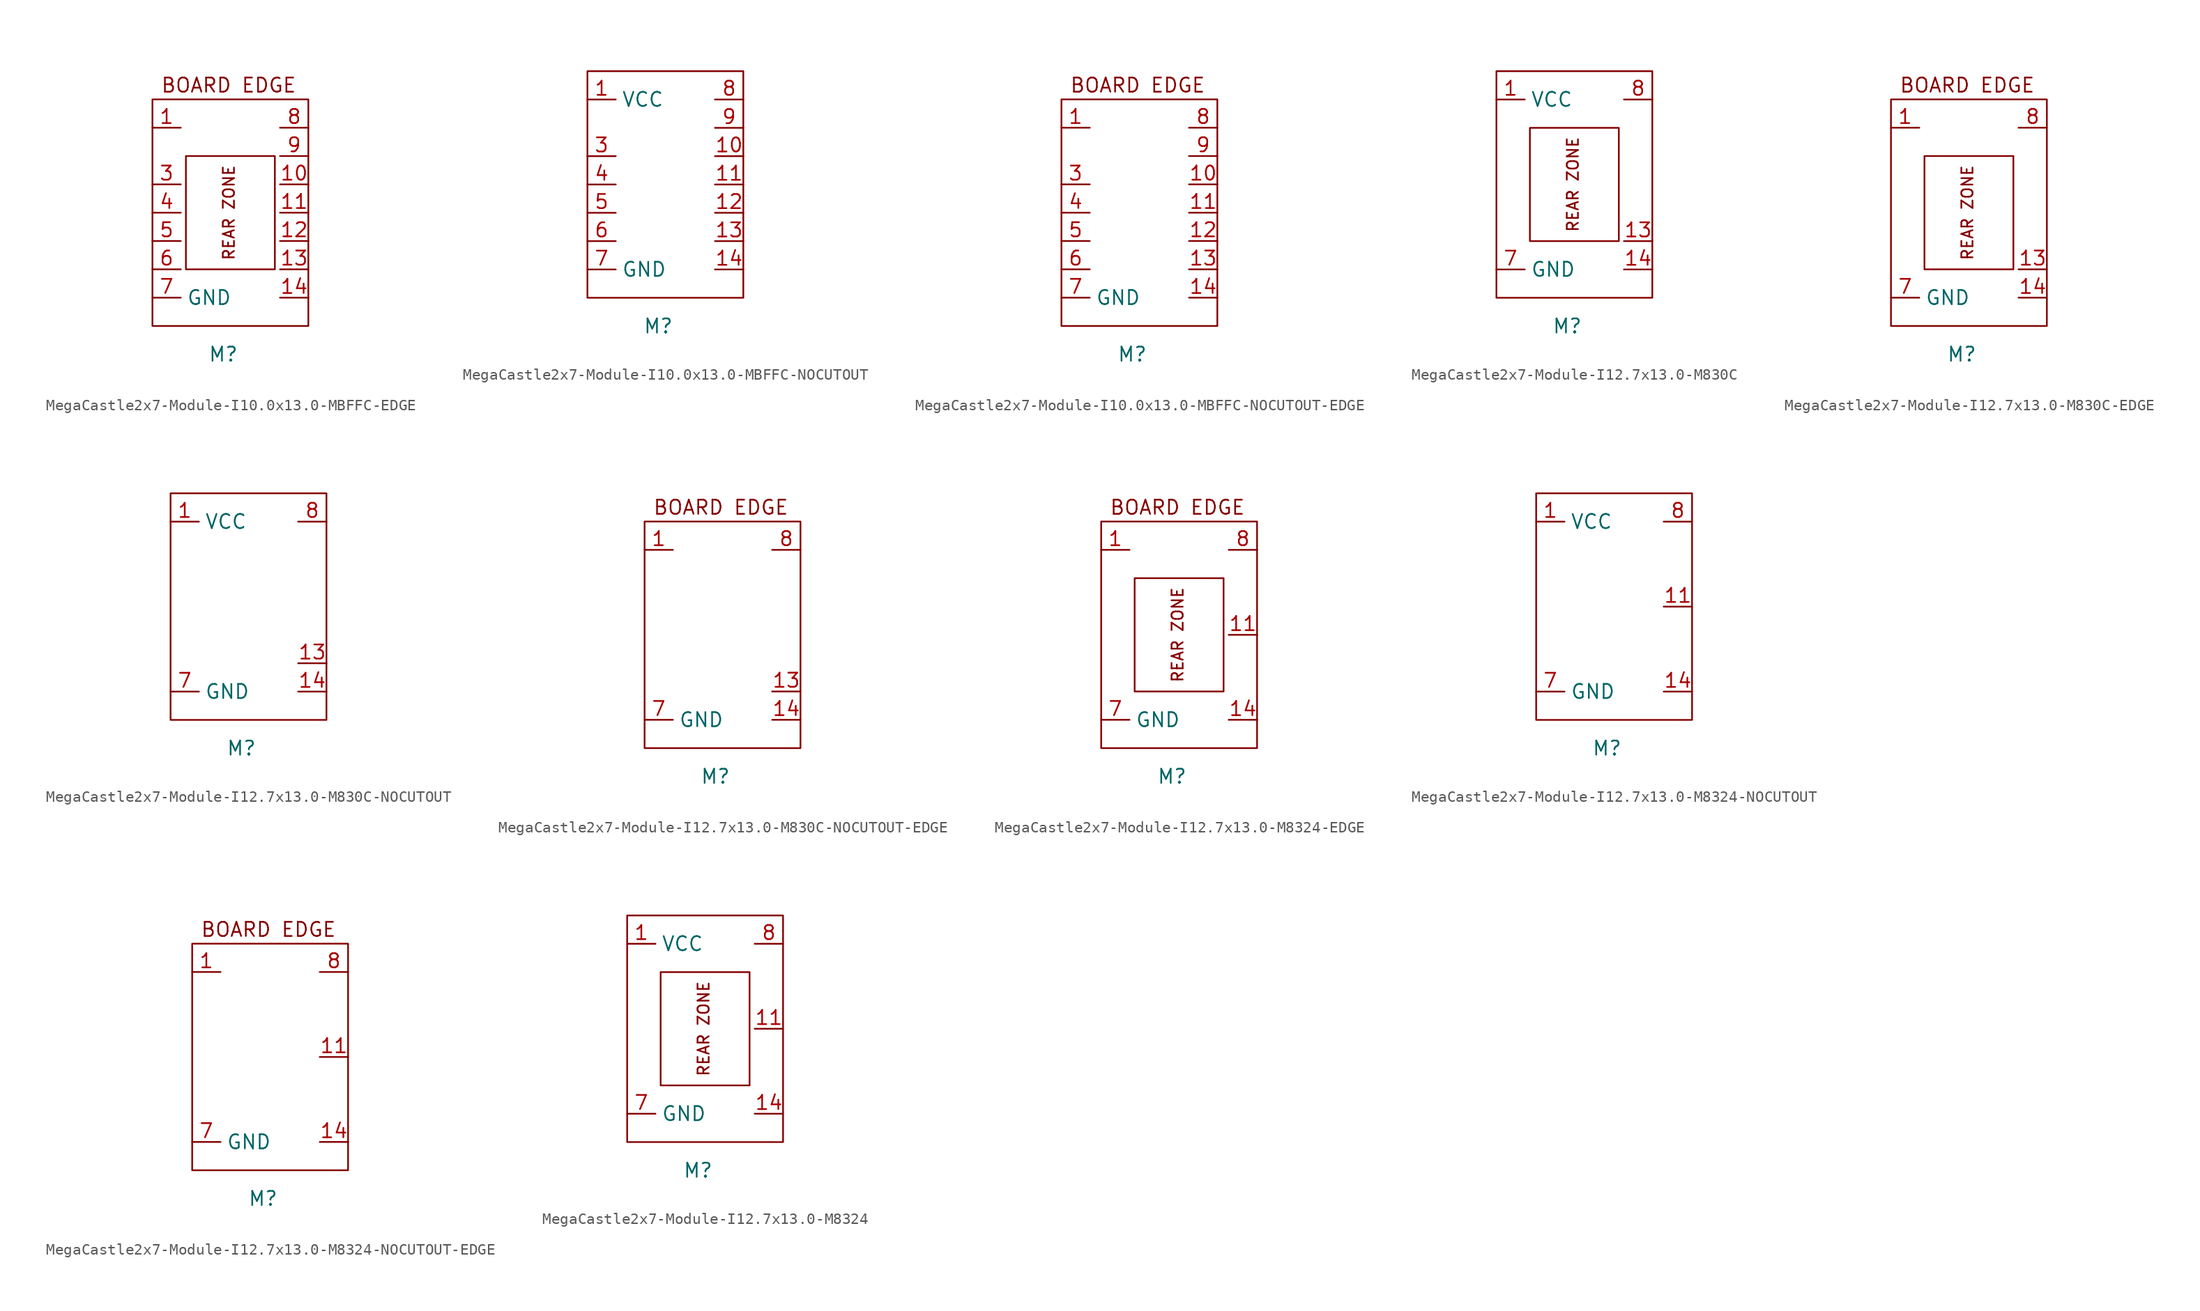
<source format=kicad_sym>
(kicad_symbol_lib
  (version 20231120)
  (generator "kicad_symbol_editor")
  (generator_version "8.0")
  (symbol "MegaCastle2x7-Module-I10.0x13.0-MBFFC-EDGE"
    (property "Reference" "M"
      (at 0 -12.7 0)
      (effects (font (size 1.27 1.27))))
    (property "Value" ""
      (at 0 5.08 0)
      (effects (font (size 1.27 1.27))))
    (symbol "MegaCastle2x7-Module-I10.0x13.0-MBFFC-EDGE_0_1"
      (rectangle (start -6.35 10.16) (end 7.62 -10.16) (stroke (width 0) (type default)) (fill (type none)))
      (rectangle (start -3.35 5.08) (end 4.62 -5.08) (stroke (width 0) (type default)) (fill (type none))))
    (symbol "MegaCastle2x7-Module-I10.0x13.0-MBFFC-EDGE_1_1"
      (text " BOARD EDGE" (at 0 11.43 0) (effects (font (size 1.27 1.27))))
      (text "REAR ZONE" (at 0.5 0 900) (effects (font (size 1 1))))
      (pin bidirectional line (at -6.35 7.62 0) (length 2.54) (name "" (effects (font (size 1.27 1.27)))) (number "1" (effects (font (size 1.27 1.27)))))
      (pin bidirectional line (at -6.35 2.54 0) (length 2.54) (name "" (effects (font (size 1.27 1.27)))) (number "3" (effects (font (size 1.27 1.27)))))
      (pin bidirectional line (at -6.35 0 0) (length 2.54) (name "" (effects (font (size 1.27 1.27)))) (number "4" (effects (font (size 1.27 1.27)))))
      (pin bidirectional line (at -6.35 -2.54 0) (length 2.54) (name "" (effects (font (size 1.27 1.27)))) (number "5" (effects (font (size 1.27 1.27)))))
      (pin bidirectional line (at -6.35 -5.08 0) (length 2.54) (name "" (effects (font (size 1.27 1.27)))) (number "6" (effects (font (size 1.27 1.27)))))
      (pin bidirectional line (at -6.35 -7.62 0) (length 2.54) (name "GND" (effects (font (size 1.27 1.27)))) (number "7" (effects (font (size 1.27 1.27)))))
      (pin bidirectional line (at 7.62 7.62 180) (length 2.54) (name "" (effects (font (size 1.27 1.27)))) (number "8" (effects (font (size 1.27 1.27)))))
      (pin bidirectional line (at 7.62 5.08 180) (length 2.54) (name "" (effects (font (size 1.27 1.27)))) (number "9" (effects (font (size 1.27 1.27)))))
      (pin bidirectional line (at 7.62 2.54 180) (length 2.54) (name "" (effects (font (size 1.27 1.27)))) (number "10" (effects (font (size 1.27 1.27)))))
      (pin bidirectional line (at 7.62 0 180) (length 2.54) (name "" (effects (font (size 1.27 1.27)))) (number "11" (effects (font (size 1.27 1.27)))))
      (pin bidirectional line (at 7.62 -2.54 180) (length 2.54) (name "" (effects (font (size 1.27 1.27)))) (number "12" (effects (font (size 1.27 1.27)))))
      (pin bidirectional line (at 7.62 -5.08 180) (length 2.54) (name "" (effects (font (size 1.27 1.27)))) (number "13" (effects (font (size 1.27 1.27)))))
      (pin bidirectional line (at 7.62 -7.62 180) (length 2.54) (name "" (effects (font (size 1.27 1.27)))) (number "14" (effects (font (size 1.27 1.27)))))))
  (symbol "MegaCastle2x7-Module-I10.0x13.0-MBFFC-NOCUTOUT"
    (property "Reference" "M"
      (at 0 -12.7 0)
      (effects (font (size 1.27 1.27))))
    (property "Value" ""
      (at 0 5.08 0)
      (effects (font (size 1.27 1.27))))
    (symbol "MegaCastle2x7-Module-I10.0x13.0-MBFFC-NOCUTOUT_0_1"
      (rectangle (start -6.35 10.16) (end 7.62 -10.16) (stroke (width 0) (type default)) (fill (type none))))
    (symbol "MegaCastle2x7-Module-I10.0x13.0-MBFFC-NOCUTOUT_1_1"
      (pin bidirectional line (at -6.35 7.62 0) (length 2.54) (name "VCC" (effects (font (size 1.27 1.27)))) (number "1" (effects (font (size 1.27 1.27)))))
      (pin bidirectional line (at -6.35 2.54 0) (length 2.54) (name "" (effects (font (size 1.27 1.27)))) (number "3" (effects (font (size 1.27 1.27)))))
      (pin bidirectional line (at -6.35 0 0) (length 2.54) (name "" (effects (font (size 1.27 1.27)))) (number "4" (effects (font (size 1.27 1.27)))))
      (pin bidirectional line (at -6.35 -2.54 0) (length 2.54) (name "" (effects (font (size 1.27 1.27)))) (number "5" (effects (font (size 1.27 1.27)))))
      (pin bidirectional line (at -6.35 -5.08 0) (length 2.54) (name "" (effects (font (size 1.27 1.27)))) (number "6" (effects (font (size 1.27 1.27)))))
      (pin bidirectional line (at -6.35 -7.62 0) (length 2.54) (name "GND" (effects (font (size 1.27 1.27)))) (number "7" (effects (font (size 1.27 1.27)))))
      (pin bidirectional line (at 7.62 7.62 180) (length 2.54) (name "" (effects (font (size 1.27 1.27)))) (number "8" (effects (font (size 1.27 1.27)))))
      (pin bidirectional line (at 7.62 5.08 180) (length 2.54) (name "" (effects (font (size 1.27 1.27)))) (number "9" (effects (font (size 1.27 1.27)))))
      (pin bidirectional line (at 7.62 2.54 180) (length 2.54) (name "" (effects (font (size 1.27 1.27)))) (number "10" (effects (font (size 1.27 1.27)))))
      (pin bidirectional line (at 7.62 0 180) (length 2.54) (name "" (effects (font (size 1.27 1.27)))) (number "11" (effects (font (size 1.27 1.27)))))
      (pin bidirectional line (at 7.62 -2.54 180) (length 2.54) (name "" (effects (font (size 1.27 1.27)))) (number "12" (effects (font (size 1.27 1.27)))))
      (pin bidirectional line (at 7.62 -5.08 180) (length 2.54) (name "" (effects (font (size 1.27 1.27)))) (number "13" (effects (font (size 1.27 1.27)))))
      (pin bidirectional line (at 7.62 -7.62 180) (length 2.54) (name "" (effects (font (size 1.27 1.27)))) (number "14" (effects (font (size 1.27 1.27)))))))
  (symbol "MegaCastle2x7-Module-I10.0x13.0-MBFFC-NOCUTOUT-EDGE"
    (property "Reference" "M"
      (at 0 -12.7 0)
      (effects (font (size 1.27 1.27))))
    (property "Value" ""
      (at 0 5.08 0)
      (effects (font (size 1.27 1.27))))
    (symbol "MegaCastle2x7-Module-I10.0x13.0-MBFFC-NOCUTOUT-EDGE_0_1"
      (rectangle (start -6.35 10.16) (end 7.62 -10.16) (stroke (width 0) (type default)) (fill (type none))))
    (symbol "MegaCastle2x7-Module-I10.0x13.0-MBFFC-NOCUTOUT-EDGE_1_1"
      (text " BOARD EDGE" (at 0 11.43 0) (effects (font (size 1.27 1.27))))
      (pin bidirectional line (at -6.35 7.62 0) (length 2.54) (name "" (effects (font (size 1.27 1.27)))) (number "1" (effects (font (size 1.27 1.27)))))
      (pin bidirectional line (at -6.35 2.54 0) (length 2.54) (name "" (effects (font (size 1.27 1.27)))) (number "3" (effects (font (size 1.27 1.27)))))
      (pin bidirectional line (at -6.35 0 0) (length 2.54) (name "" (effects (font (size 1.27 1.27)))) (number "4" (effects (font (size 1.27 1.27)))))
      (pin bidirectional line (at -6.35 -2.54 0) (length 2.54) (name "" (effects (font (size 1.27 1.27)))) (number "5" (effects (font (size 1.27 1.27)))))
      (pin bidirectional line (at -6.35 -5.08 0) (length 2.54) (name "" (effects (font (size 1.27 1.27)))) (number "6" (effects (font (size 1.27 1.27)))))
      (pin bidirectional line (at -6.35 -7.62 0) (length 2.54) (name "GND" (effects (font (size 1.27 1.27)))) (number "7" (effects (font (size 1.27 1.27)))))
      (pin bidirectional line (at 7.62 7.62 180) (length 2.54) (name "" (effects (font (size 1.27 1.27)))) (number "8" (effects (font (size 1.27 1.27)))))
      (pin bidirectional line (at 7.62 5.08 180) (length 2.54) (name "" (effects (font (size 1.27 1.27)))) (number "9" (effects (font (size 1.27 1.27)))))
      (pin bidirectional line (at 7.62 2.54 180) (length 2.54) (name "" (effects (font (size 1.27 1.27)))) (number "10" (effects (font (size 1.27 1.27)))))
      (pin bidirectional line (at 7.62 0 180) (length 2.54) (name "" (effects (font (size 1.27 1.27)))) (number "11" (effects (font (size 1.27 1.27)))))
      (pin bidirectional line (at 7.62 -2.54 180) (length 2.54) (name "" (effects (font (size 1.27 1.27)))) (number "12" (effects (font (size 1.27 1.27)))))
      (pin bidirectional line (at 7.62 -5.08 180) (length 2.54) (name "" (effects (font (size 1.27 1.27)))) (number "13" (effects (font (size 1.27 1.27)))))
      (pin bidirectional line (at 7.62 -7.62 180) (length 2.54) (name "" (effects (font (size 1.27 1.27)))) (number "14" (effects (font (size 1.27 1.27)))))))
  (symbol "MegaCastle2x7-Module-I12.7x13.0-M830C"
    (property "Reference" "M"
      (at 0 -12.7 0)
      (effects (font (size 1.27 1.27))))
    (property "Value" ""
      (at 0 5.08 0)
      (effects (font (size 1.27 1.27))))
    (symbol "MegaCastle2x7-Module-I12.7x13.0-M830C_0_1"
      (rectangle (start -6.35 10.16) (end 7.62 -10.16) (stroke (width 0) (type default)) (fill (type none)))
      (rectangle (start -3.35 5.08) (end 4.62 -5.08) (stroke (width 0) (type default)) (fill (type none))))
    (symbol "MegaCastle2x7-Module-I12.7x13.0-M830C_1_1"
      (text "REAR ZONE" (at 0.5 0 900) (effects (font (size 1 1))))
      (pin bidirectional line (at -6.35 7.62 0) (length 2.54) (name "VCC" (effects (font (size 1.27 1.27)))) (number "1" (effects (font (size 1.27 1.27)))))
      (pin bidirectional line (at -6.35 -7.62 0) (length 2.54) (name "GND" (effects (font (size 1.27 1.27)))) (number "7" (effects (font (size 1.27 1.27)))))
      (pin bidirectional line (at 7.62 7.62 180) (length 2.54) (name "" (effects (font (size 1.27 1.27)))) (number "8" (effects (font (size 1.27 1.27)))))
      (pin bidirectional line (at 7.62 -5.08 180) (length 2.54) (name "" (effects (font (size 1.27 1.27)))) (number "13" (effects (font (size 1.27 1.27)))))
      (pin bidirectional line (at 7.62 -7.62 180) (length 2.54) (name "" (effects (font (size 1.27 1.27)))) (number "14" (effects (font (size 1.27 1.27)))))))
  (symbol "MegaCastle2x7-Module-I12.7x13.0-M830C-EDGE"
    (property "Reference" "M"
      (at 0 -12.7 0)
      (effects (font (size 1.27 1.27))))
    (property "Value" ""
      (at 0 5.08 0)
      (effects (font (size 1.27 1.27))))
    (symbol "MegaCastle2x7-Module-I12.7x13.0-M830C-EDGE_0_1"
      (rectangle (start -6.35 10.16) (end 7.62 -10.16) (stroke (width 0) (type default)) (fill (type none)))
      (rectangle (start -3.35 5.08) (end 4.62 -5.08) (stroke (width 0) (type default)) (fill (type none))))
    (symbol "MegaCastle2x7-Module-I12.7x13.0-M830C-EDGE_1_1"
      (text " BOARD EDGE" (at 0 11.43 0) (effects (font (size 1.27 1.27))))
      (text "REAR ZONE" (at 0.5 0 900) (effects (font (size 1 1))))
      (pin bidirectional line (at -6.35 7.62 0) (length 2.54) (name "" (effects (font (size 1.27 1.27)))) (number "1" (effects (font (size 1.27 1.27)))))
      (pin bidirectional line (at -6.35 -7.62 0) (length 2.54) (name "GND" (effects (font (size 1.27 1.27)))) (number "7" (effects (font (size 1.27 1.27)))))
      (pin bidirectional line (at 7.62 7.62 180) (length 2.54) (name "" (effects (font (size 1.27 1.27)))) (number "8" (effects (font (size 1.27 1.27)))))
      (pin bidirectional line (at 7.62 -5.08 180) (length 2.54) (name "" (effects (font (size 1.27 1.27)))) (number "13" (effects (font (size 1.27 1.27)))))
      (pin bidirectional line (at 7.62 -7.62 180) (length 2.54) (name "" (effects (font (size 1.27 1.27)))) (number "14" (effects (font (size 1.27 1.27)))))))
  (symbol "MegaCastle2x7-Module-I12.7x13.0-M830C-NOCUTOUT"
    (property "Reference" "M"
      (at 0 -12.7 0)
      (effects (font (size 1.27 1.27))))
    (property "Value" ""
      (at 0 5.08 0)
      (effects (font (size 1.27 1.27))))
    (symbol "MegaCastle2x7-Module-I12.7x13.0-M830C-NOCUTOUT_0_1"
      (rectangle (start -6.35 10.16) (end 7.62 -10.16) (stroke (width 0) (type default)) (fill (type none))))
    (symbol "MegaCastle2x7-Module-I12.7x13.0-M830C-NOCUTOUT_1_1"
      (pin bidirectional line (at -6.35 7.62 0) (length 2.54) (name "VCC" (effects (font (size 1.27 1.27)))) (number "1" (effects (font (size 1.27 1.27)))))
      (pin bidirectional line (at -6.35 -7.62 0) (length 2.54) (name "GND" (effects (font (size 1.27 1.27)))) (number "7" (effects (font (size 1.27 1.27)))))
      (pin bidirectional line (at 7.62 7.62 180) (length 2.54) (name "" (effects (font (size 1.27 1.27)))) (number "8" (effects (font (size 1.27 1.27)))))
      (pin bidirectional line (at 7.62 -5.08 180) (length 2.54) (name "" (effects (font (size 1.27 1.27)))) (number "13" (effects (font (size 1.27 1.27)))))
      (pin bidirectional line (at 7.62 -7.62 180) (length 2.54) (name "" (effects (font (size 1.27 1.27)))) (number "14" (effects (font (size 1.27 1.27)))))))
  (symbol "MegaCastle2x7-Module-I12.7x13.0-M830C-NOCUTOUT-EDGE"
    (property "Reference" "M"
      (at 0 -12.7 0)
      (effects (font (size 1.27 1.27))))
    (property "Value" ""
      (at 0 5.08 0)
      (effects (font (size 1.27 1.27))))
    (symbol "MegaCastle2x7-Module-I12.7x13.0-M830C-NOCUTOUT-EDGE_0_1"
      (rectangle (start -6.35 10.16) (end 7.62 -10.16) (stroke (width 0) (type default)) (fill (type none))))
    (symbol "MegaCastle2x7-Module-I12.7x13.0-M830C-NOCUTOUT-EDGE_1_1"
      (text " BOARD EDGE" (at 0 11.43 0) (effects (font (size 1.27 1.27))))
      (pin bidirectional line (at -6.35 7.62 0) (length 2.54) (name "" (effects (font (size 1.27 1.27)))) (number "1" (effects (font (size 1.27 1.27)))))
      (pin bidirectional line (at -6.35 -7.62 0) (length 2.54) (name "GND" (effects (font (size 1.27 1.27)))) (number "7" (effects (font (size 1.27 1.27)))))
      (pin bidirectional line (at 7.62 7.62 180) (length 2.54) (name "" (effects (font (size 1.27 1.27)))) (number "8" (effects (font (size 1.27 1.27)))))
      (pin bidirectional line (at 7.62 -5.08 180) (length 2.54) (name "" (effects (font (size 1.27 1.27)))) (number "13" (effects (font (size 1.27 1.27)))))
      (pin bidirectional line (at 7.62 -7.62 180) (length 2.54) (name "" (effects (font (size 1.27 1.27)))) (number "14" (effects (font (size 1.27 1.27)))))))
  (symbol "MegaCastle2x7-Module-I12.7x13.0-M8324-EDGE"
    (property "Reference" "M"
      (at 0 -12.7 0)
      (effects (font (size 1.27 1.27))))
    (property "Value" ""
      (at 0 5.08 0)
      (effects (font (size 1.27 1.27))))
    (symbol "MegaCastle2x7-Module-I12.7x13.0-M8324-EDGE_0_1"
      (rectangle (start -6.35 10.16) (end 7.62 -10.16) (stroke (width 0) (type default)) (fill (type none)))
      (rectangle (start -3.35 5.08) (end 4.62 -5.08) (stroke (width 0) (type default)) (fill (type none))))
    (symbol "MegaCastle2x7-Module-I12.7x13.0-M8324-EDGE_1_1"
      (text " BOARD EDGE" (at 0 11.43 0) (effects (font (size 1.27 1.27))))
      (text "REAR ZONE" (at 0.5 0 900) (effects (font (size 1 1))))
      (pin bidirectional line (at -6.35 7.62 0) (length 2.54) (name "" (effects (font (size 1.27 1.27)))) (number "1" (effects (font (size 1.27 1.27)))))
      (pin bidirectional line (at -6.35 -7.62 0) (length 2.54) (name "GND" (effects (font (size 1.27 1.27)))) (number "7" (effects (font (size 1.27 1.27)))))
      (pin bidirectional line (at 7.62 7.62 180) (length 2.54) (name "" (effects (font (size 1.27 1.27)))) (number "8" (effects (font (size 1.27 1.27)))))
      (pin bidirectional line (at 7.62 0 180) (length 2.54) (name "" (effects (font (size 1.27 1.27)))) (number "11" (effects (font (size 1.27 1.27)))))
      (pin bidirectional line (at 7.62 -7.62 180) (length 2.54) (name "" (effects (font (size 1.27 1.27)))) (number "14" (effects (font (size 1.27 1.27)))))))
  (symbol "MegaCastle2x7-Module-I12.7x13.0-M8324-NOCUTOUT"
    (property "Reference" "M"
      (at 0 -12.7 0)
      (effects (font (size 1.27 1.27))))
    (property "Value" ""
      (at 0 5.08 0)
      (effects (font (size 1.27 1.27))))
    (symbol "MegaCastle2x7-Module-I12.7x13.0-M8324-NOCUTOUT_0_1"
      (rectangle (start -6.35 10.16) (end 7.62 -10.16) (stroke (width 0) (type default)) (fill (type none))))
    (symbol "MegaCastle2x7-Module-I12.7x13.0-M8324-NOCUTOUT_1_1"
      (pin bidirectional line (at -6.35 7.62 0) (length 2.54) (name "VCC" (effects (font (size 1.27 1.27)))) (number "1" (effects (font (size 1.27 1.27)))))
      (pin bidirectional line (at -6.35 -7.62 0) (length 2.54) (name "GND" (effects (font (size 1.27 1.27)))) (number "7" (effects (font (size 1.27 1.27)))))
      (pin bidirectional line (at 7.62 7.62 180) (length 2.54) (name "" (effects (font (size 1.27 1.27)))) (number "8" (effects (font (size 1.27 1.27)))))
      (pin bidirectional line (at 7.62 0 180) (length 2.54) (name "" (effects (font (size 1.27 1.27)))) (number "11" (effects (font (size 1.27 1.27)))))
      (pin bidirectional line (at 7.62 -7.62 180) (length 2.54) (name "" (effects (font (size 1.27 1.27)))) (number "14" (effects (font (size 1.27 1.27)))))))
  (symbol "MegaCastle2x7-Module-I12.7x13.0-M8324-NOCUTOUT-EDGE"
    (property "Reference" "M"
      (at 0 -12.7 0)
      (effects (font (size 1.27 1.27))))
    (property "Value" ""
      (at 0 5.08 0)
      (effects (font (size 1.27 1.27))))
    (symbol "MegaCastle2x7-Module-I12.7x13.0-M8324-NOCUTOUT-EDGE_0_1"
      (rectangle (start -6.35 10.16) (end 7.62 -10.16) (stroke (width 0) (type default)) (fill (type none))))
    (symbol "MegaCastle2x7-Module-I12.7x13.0-M8324-NOCUTOUT-EDGE_1_1"
      (text " BOARD EDGE" (at 0 11.43 0) (effects (font (size 1.27 1.27))))
      (pin bidirectional line (at -6.35 7.62 0) (length 2.54) (name "" (effects (font (size 1.27 1.27)))) (number "1" (effects (font (size 1.27 1.27)))))
      (pin bidirectional line (at -6.35 -7.62 0) (length 2.54) (name "GND" (effects (font (size 1.27 1.27)))) (number "7" (effects (font (size 1.27 1.27)))))
      (pin bidirectional line (at 7.62 7.62 180) (length 2.54) (name "" (effects (font (size 1.27 1.27)))) (number "8" (effects (font (size 1.27 1.27)))))
      (pin bidirectional line (at 7.62 0 180) (length 2.54) (name "" (effects (font (size 1.27 1.27)))) (number "11" (effects (font (size 1.27 1.27)))))
      (pin bidirectional line (at 7.62 -7.62 180) (length 2.54) (name "" (effects (font (size 1.27 1.27)))) (number "14" (effects (font (size 1.27 1.27)))))))
  (symbol "MegaCastle2x7-Module-I12.7x13.0-M8324"
    (property "Reference" "M"
      (at 0 -12.7 0)
      (effects (font (size 1.27 1.27))))
    (property "Value" ""
      (at 0 5.08 0)
      (effects (font (size 1.27 1.27))))
    (symbol "MegaCastle2x7-Module-I12.7x13.0-M8324_0_1"
      (rectangle (start -6.35 10.16) (end 7.62 -10.16) (stroke (width 0) (type default)) (fill (type none)))
      (rectangle (start -3.35 5.08) (end 4.62 -5.08) (stroke (width 0) (type default)) (fill (type none))))
    (symbol "MegaCastle2x7-Module-I12.7x13.0-M8324_1_1"
      (text "REAR ZONE" (at 0.5 0 900) (effects (font (size 1 1))))
      (pin bidirectional line (at -6.35 7.62 0) (length 2.54) (name "VCC" (effects (font (size 1.27 1.27)))) (number "1" (effects (font (size 1.27 1.27)))))
      (pin bidirectional line (at -6.35 -7.62 0) (length 2.54) (name "GND" (effects (font (size 1.27 1.27)))) (number "7" (effects (font (size 1.27 1.27)))))
      (pin bidirectional line (at 7.62 7.62 180) (length 2.54) (name "" (effects (font (size 1.27 1.27)))) (number "8" (effects (font (size 1.27 1.27)))))
      (pin bidirectional line (at 7.62 0 180) (length 2.54) (name "" (effects (font (size 1.27 1.27)))) (number "11" (effects (font (size 1.27 1.27)))))
      (pin bidirectional line (at 7.62 -7.62 180) (length 2.54) (name "" (effects (font (size 1.27 1.27)))) (number "14" (effects (font (size 1.27 1.27))))))))
</source>
